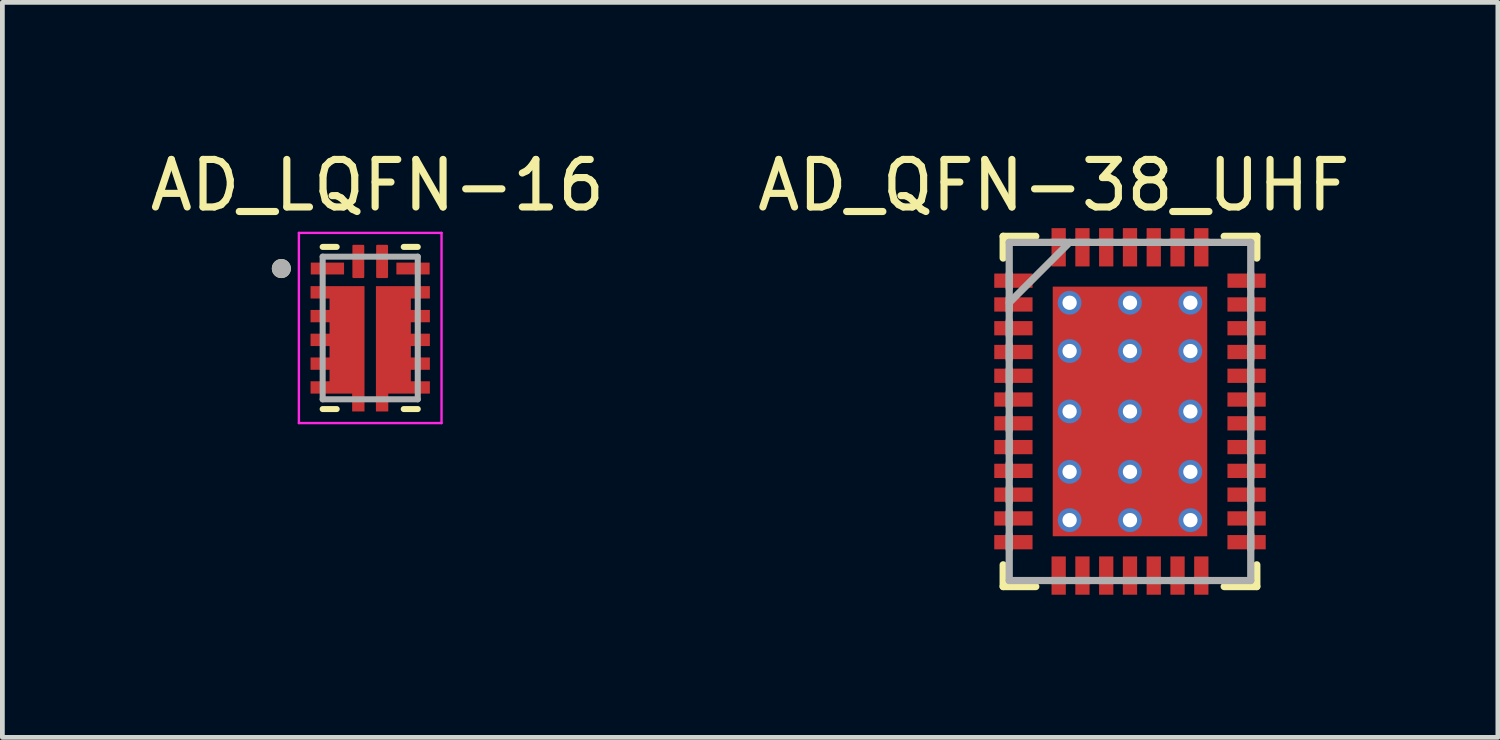
<source format=kicad_pcb>
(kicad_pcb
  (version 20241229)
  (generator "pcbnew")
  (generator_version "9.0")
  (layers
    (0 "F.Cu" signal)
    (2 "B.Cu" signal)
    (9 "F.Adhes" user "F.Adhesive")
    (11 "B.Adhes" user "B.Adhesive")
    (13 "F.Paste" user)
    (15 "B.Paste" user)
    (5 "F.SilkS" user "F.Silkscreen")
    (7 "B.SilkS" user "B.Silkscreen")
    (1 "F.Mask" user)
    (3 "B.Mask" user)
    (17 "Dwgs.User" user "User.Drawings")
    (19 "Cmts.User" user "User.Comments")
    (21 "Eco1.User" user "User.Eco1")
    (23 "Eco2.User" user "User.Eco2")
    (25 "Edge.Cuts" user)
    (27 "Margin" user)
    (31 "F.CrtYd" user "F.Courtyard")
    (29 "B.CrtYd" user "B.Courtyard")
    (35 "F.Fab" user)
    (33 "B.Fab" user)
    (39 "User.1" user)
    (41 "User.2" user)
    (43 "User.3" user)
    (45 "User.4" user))
  (footprint "AD_LQFN-16"
    (layer "F.Cu")
    (at 4.736 3.848)
    (property "Reference" "AD_LQFN-16" (at 0.151 -3 0) (layer "F.SilkS") (effects (font (size 1 1) (thickness 0.15))))
    (attr through_hole)
    (fp_poly (pts (xy -0.475 1.85) (xy -0.475 1.475) (xy -1.35 1.475) (xy -1.35 1.025) (xy -0.855 1.025) (xy -0.855 0.975) (xy -1.35 0.975) (xy -1.35 0.525) (xy -0.855 0.525) (xy -0.855 0.475) (xy -1.35 0.475) (xy -1.35 0.025) (xy -0.855 0.025) (xy -0.855 -0.025) (xy -1.35 -0.025) (xy -1.35 -0.475) (xy -0.855 -0.475) (xy -0.855 -0.525) (xy -1.35 -0.525) (xy -1.35 -0.975) (xy -0.025 -0.975) (xy -0.025 1.85)) (stroke (width 0.01) (type solid)) (fill yes) (layer "F.Mask"))
    (fp_poly (pts (xy 0.475 1.85) (xy 0.025 1.85) (xy 0.025 -0.975) (xy 1.35 -0.975) (xy 1.35 -0.525) (xy 0.855 -0.525) (xy 0.855 -0.475) (xy 1.35 -0.475) (xy 1.35 -0.025) (xy 0.855 -0.025) (xy 0.855 0.025) (xy 1.35 0.025) (xy 1.35 0.475) (xy 0.855 0.475) (xy 0.855 0.525) (xy 1.35 0.525) (xy 1.35 0.975) (xy 0.855 0.975) (xy 0.855 1.025) (xy 1.35 1.025) (xy 1.35 1.475) (xy 0.475 1.475)) (stroke (width 0.01) (type solid)) (fill yes) (layer "F.Mask"))
    (fp_line (start -1 -1.705) (end -0.705 -1.705) (stroke (width 0.127) (type solid)) (layer "F.SilkS"))
    (fp_line (start -1 1.705) (end -0.705 1.705) (stroke (width 0.127) (type solid)) (layer "F.SilkS"))
    (fp_line (start 1 -1.705) (end 0.705 -1.705) (stroke (width 0.127) (type solid)) (layer "F.SilkS"))
    (fp_line (start 1 1.705) (end 0.705 1.705) (stroke (width 0.127) (type solid)) (layer "F.SilkS"))
    (fp_circle (center -1.869 -1.25) (end -1.769 -1.25) (stroke (width 0.2) (type solid)) (fill no) (layer "F.SilkS"))
    (fp_poly (pts (xy -1.25 -0.875) (xy -0.85 -0.875) (xy -0.85 -0.625) (xy -1.25 -0.625)) (stroke (width 0.01) (type solid)) (fill yes) (layer "F.Paste"))
    (fp_poly (pts (xy -1.25 -0.375) (xy -0.85 -0.375) (xy -0.85 -0.125) (xy -1.25 -0.125)) (stroke (width 0.01) (type solid)) (fill yes) (layer "F.Paste"))
    (fp_poly (pts (xy -1.25 0.125) (xy -0.85 0.125) (xy -0.85 0.375) (xy -1.25 0.375)) (stroke (width 0.01) (type solid)) (fill yes) (layer "F.Paste"))
    (fp_poly (pts (xy -1.25 0.625) (xy -0.85 0.625) (xy -0.85 0.875) (xy -1.25 0.875)) (stroke (width 0.01) (type solid)) (fill yes) (layer "F.Paste"))
    (fp_poly (pts (xy -1.25 1.125) (xy -0.85 1.125) (xy -0.85 1.375) (xy -1.25 1.375)) (stroke (width 0.01) (type solid)) (fill yes) (layer "F.Paste"))
    (fp_poly (pts (xy -0.705 -0.425) (xy -0.27 -0.425) (xy -0.27 0.925) (xy -0.705 0.925)) (stroke (width 0.01) (type solid)) (fill yes) (layer "F.Paste"))
    (fp_poly (pts (xy -0.375 1.375) (xy -0.125 1.375) (xy -0.125 1.75) (xy -0.375 1.75)) (stroke (width 0.01) (type solid)) (fill yes) (layer "F.Paste"))
    (fp_poly (pts (xy 0.125 1.375) (xy 0.375 1.375) (xy 0.375 1.75) (xy 0.125 1.75)) (stroke (width 0.01) (type solid)) (fill yes) (layer "F.Paste"))
    (fp_poly (pts (xy 0.27 -0.425) (xy 0.705 -0.425) (xy 0.705 0.925) (xy 0.27 0.925)) (stroke (width 0.01) (type solid)) (fill yes) (layer "F.Paste"))
    (fp_poly (pts (xy 0.85 -0.875) (xy 1.25 -0.875) (xy 1.25 -0.625) (xy 0.85 -0.625)) (stroke (width 0.01) (type solid)) (fill yes) (layer "F.Paste"))
    (fp_poly (pts (xy 0.85 -0.375) (xy 1.25 -0.375) (xy 1.25 -0.125) (xy 0.85 -0.125)) (stroke (width 0.01) (type solid)) (fill yes) (layer "F.Paste"))
    (fp_poly (pts (xy 0.85 0.125) (xy 1.25 0.125) (xy 1.25 0.375) (xy 0.85 0.375)) (stroke (width 0.01) (type solid)) (fill yes) (layer "F.Paste"))
    (fp_poly (pts (xy 0.85 0.625) (xy 1.25 0.625) (xy 1.25 0.875) (xy 0.85 0.875)) (stroke (width 0.01) (type solid)) (fill yes) (layer "F.Paste"))
    (fp_poly (pts (xy 0.85 1.125) (xy 1.25 1.125) (xy 1.25 1.375) (xy 0.85 1.375)) (stroke (width 0.01) (type solid)) (fill yes) (layer "F.Paste"))
    (fp_line (start -1.5 -2) (end -1.5 2) (stroke (width 0.05) (type solid)) (layer "F.CrtYd"))
    (fp_line (start -1.5 2) (end 1.5 2) (stroke (width 0.05) (type solid)) (layer "F.CrtYd"))
    (fp_line (start 1.5 -2) (end -1.5 -2) (stroke (width 0.05) (type solid)) (layer "F.CrtYd"))
    (fp_line (start 1.5 2) (end 1.5 -2) (stroke (width 0.05) (type solid)) (layer "F.CrtYd"))
    (fp_line (start -1 1.5) (end -1 -1.5) (stroke (width 0.127) (type solid)) (layer "F.Fab"))
    (fp_line (start 1 -1.5) (end -1 -1.5) (stroke (width 0.127) (type solid)) (layer "F.Fab"))
    (fp_line (start 1 1.5) (end -1 1.5) (stroke (width 0.127) (type solid)) (layer "F.Fab"))
    (fp_line (start 1 1.5) (end 1 -1.5) (stroke (width 0.127) (type solid)) (layer "F.Fab"))
    (fp_circle (center -1.869 -1.25) (end -1.769 -1.25) (stroke (width 0.2) (type solid)) (fill no) (layer "F.Fab"))
    (pad "1" smd roundrect (at -0.9 -1.25) (size 0.7 0.25) (layers "F.Cu" "F.Mask" "F.Paste") (roundrect_rratio 0.03))
    (pad "2" smd custom (at -0.492 0.254) (size 0.65 0.65) (layers "F.Cu") (options (anchor rect)) (primitives (gr_poly (pts (xy 0.367 1.496) (xy 0.117 1.496) (xy 0.117 1.121) (xy -0.758 1.121) (xy -0.758 0.871) (xy -0.358 0.871) (xy -0.358 0.621) (xy -0.758 0.621) (xy -0.758 0.371) (xy -0.358 0.371) (xy -0.358 0.121) (xy -0.758 0.121) (xy -0.758 -0.129) (xy -0.358 -0.129) (xy -0.358 -0.379) (xy -0.758 -0.379) (xy -0.758 -0.629) (xy -0.358 -0.629) (xy -0.358 -0.879) (xy -0.758 -0.879) (xy -0.758 -1.129) (xy 0.367 -1.129)) (width 0.01) (fill yes))))
    (pad "8" smd custom (at 0.492 0.254) (size 0.65 0.65) (layers "F.Cu") (options (anchor rect)) (primitives (gr_poly (pts (xy -0.117 1.496) (xy -0.367 1.496) (xy -0.367 -1.129) (xy 0.758 -1.129) (xy 0.758 -0.879) (xy 0.358 -0.879) (xy 0.358 -0.629) (xy 0.758 -0.629) (xy 0.758 -0.379) (xy 0.358 -0.379) (xy 0.358 -0.129) (xy 0.758 -0.129) (xy 0.758 0.121) (xy 0.358 0.121) (xy 0.358 0.371) (xy 0.758 0.371) (xy 0.758 0.621) (xy 0.358 0.621) (xy 0.358 0.871) (xy 0.758 0.871) (xy 0.758 1.121) (xy -0.117 1.121)) (width 0.01) (fill yes))))
    (pad "14" smd roundrect (at 0.9 -1.25) (size 0.7 0.25) (layers "F.Cu" "F.Mask" "F.Paste") (roundrect_rratio 0.03))
    (pad "15" smd roundrect (at 0.25 -1.4) (size 0.25 0.7) (layers "F.Cu" "F.Mask" "F.Paste") (roundrect_rratio 0.09))
    (pad "16" smd roundrect (at -0.25 -1.4) (size 0.25 0.7) (layers "F.Cu" "F.Mask" "F.Paste") (roundrect_rratio 0.09)))
  (footprint "AD_QFN-38_UHF"
    (layer "F.Cu")
    (at 20.715 5.603)
    (property "Reference" "AD_QFN-38_UHF" (at -1.602 -4.755 0) (layer "F.SilkS") (effects (font (size 1 1) (thickness 0.15))))
    (attr through_hole)
    (fp_line (start -2.667 -3.683) (end -2.667 -3.226) (stroke (width 0.152) (type solid)) (layer "F.SilkS"))
    (fp_line (start -2.667 3.226) (end -2.667 3.683) (stroke (width 0.152) (type solid)) (layer "F.SilkS"))
    (fp_line (start -2.667 3.683) (end -1.981 3.683) (stroke (width 0.152) (type solid)) (layer "F.SilkS"))
    (fp_line (start -1.981 -3.683) (end -2.667 -3.683) (stroke (width 0.152) (type solid)) (layer "F.SilkS"))
    (fp_line (start 1.981 3.683) (end 2.667 3.683) (stroke (width 0.152) (type solid)) (layer "F.SilkS"))
    (fp_line (start 2.667 -3.683) (end 1.981 -3.683) (stroke (width 0.152) (type solid)) (layer "F.SilkS"))
    (fp_line (start 2.667 -3.226) (end 2.667 -3.683) (stroke (width 0.152) (type solid)) (layer "F.SilkS"))
    (fp_line (start 2.667 3.683) (end 2.667 3.226) (stroke (width 0.152) (type solid)) (layer "F.SilkS"))
    (fp_poly (pts (xy -1.525 -2.525) (xy -1.525 -1.413) (xy -0.1 -1.413) (xy -0.1 -2.525)) (stroke (width 0.025) (type solid)) (fill yes) (layer "F.Paste"))
    (fp_poly (pts (xy -1.525 -1.212) (xy -1.525 -0.1) (xy -0.1 -0.1) (xy -0.1 -1.212)) (stroke (width 0.025) (type solid)) (fill yes) (layer "F.Paste"))
    (fp_poly (pts (xy -1.525 0.1) (xy -1.525 1.212) (xy -0.1 1.212) (xy -0.1 0.1)) (stroke (width 0.025) (type solid)) (fill yes) (layer "F.Paste"))
    (fp_poly (pts (xy -1.525 1.413) (xy -1.525 2.525) (xy -0.1 2.525) (xy -0.1 1.413)) (stroke (width 0.025) (type solid)) (fill yes) (layer "F.Paste"))
    (fp_poly (pts (xy 0.1 -2.525) (xy 0.1 -1.413) (xy 1.525 -1.413) (xy 1.525 -2.525)) (stroke (width 0.025) (type solid)) (fill yes) (layer "F.Paste"))
    (fp_poly (pts (xy 0.1 -1.212) (xy 0.1 -0.1) (xy 1.525 -0.1) (xy 1.525 -1.212)) (stroke (width 0.025) (type solid)) (fill yes) (layer "F.Paste"))
    (fp_poly (pts (xy 0.1 0.1) (xy 0.1 1.212) (xy 1.525 1.212) (xy 1.525 0.1)) (stroke (width 0.025) (type solid)) (fill yes) (layer "F.Paste"))
    (fp_poly (pts (xy 0.1 1.413) (xy 0.1 2.525) (xy 1.525 2.525) (xy 1.525 1.413)) (stroke (width 0.025) (type solid)) (fill yes) (layer "F.Paste"))
    (fp_line (start -2.54 -3.556) (end -2.54 3.556) (stroke (width 0.152) (type solid)) (layer "F.Fab"))
    (fp_line (start -2.54 -2.896) (end -2.54 -2.591) (stroke (width 0.152) (type solid)) (layer "F.Fab"))
    (fp_line (start -2.54 -2.388) (end -2.54 -2.108) (stroke (width 0.152) (type solid)) (layer "F.Fab"))
    (fp_line (start -2.54 -2.286) (end -1.27 -3.556) (stroke (width 0.152) (type solid)) (layer "F.Fab"))
    (fp_line (start -2.54 -1.905) (end -2.54 -1.6) (stroke (width 0.152) (type solid)) (layer "F.Fab"))
    (fp_line (start -2.54 -1.397) (end -2.54 -1.092) (stroke (width 0.152) (type solid)) (layer "F.Fab"))
    (fp_line (start -2.54 -0.889) (end -2.54 -0.61) (stroke (width 0.152) (type solid)) (layer "F.Fab"))
    (fp_line (start -2.54 -0.406) (end -2.54 -0.102) (stroke (width 0.152) (type solid)) (layer "F.Fab"))
    (fp_line (start -2.54 0.102) (end -2.54 0.406) (stroke (width 0.152) (type solid)) (layer "F.Fab"))
    (fp_line (start -2.54 0.61) (end -2.54 0.889) (stroke (width 0.152) (type solid)) (layer "F.Fab"))
    (fp_line (start -2.54 1.092) (end -2.54 1.397) (stroke (width 0.152) (type solid)) (layer "F.Fab"))
    (fp_line (start -2.54 1.6) (end -2.54 1.905) (stroke (width 0.152) (type solid)) (layer "F.Fab"))
    (fp_line (start -2.54 2.108) (end -2.54 2.388) (stroke (width 0.152) (type solid)) (layer "F.Fab"))
    (fp_line (start -2.54 2.591) (end -2.54 2.896) (stroke (width 0.152) (type solid)) (layer "F.Fab"))
    (fp_line (start -2.54 3.556) (end 2.54 3.556) (stroke (width 0.152) (type solid)) (layer "F.Fab"))
    (fp_line (start -1.651 3.556) (end -1.346 3.556) (stroke (width 0.152) (type solid)) (layer "F.Fab"))
    (fp_line (start -1.346 -3.556) (end -1.651 -3.556) (stroke (width 0.152) (type solid)) (layer "F.Fab"))
    (fp_line (start -1.143 3.556) (end -0.838 3.556) (stroke (width 0.152) (type solid)) (layer "F.Fab"))
    (fp_line (start -0.838 -3.556) (end -1.143 -3.556) (stroke (width 0.152) (type solid)) (layer "F.Fab"))
    (fp_line (start -0.66 3.556) (end -0.356 3.556) (stroke (width 0.152) (type solid)) (layer "F.Fab"))
    (fp_line (start -0.356 -3.556) (end -0.66 -3.556) (stroke (width 0.152) (type solid)) (layer "F.Fab"))
    (fp_line (start -0.152 3.556) (end 0.152 3.556) (stroke (width 0.152) (type solid)) (layer "F.Fab"))
    (fp_line (start 0.152 -3.556) (end -0.152 -3.556) (stroke (width 0.152) (type solid)) (layer "F.Fab"))
    (fp_line (start 0.356 3.556) (end 0.66 3.556) (stroke (width 0.152) (type solid)) (layer "F.Fab"))
    (fp_line (start 0.66 -3.556) (end 0.356 -3.556) (stroke (width 0.152) (type solid)) (layer "F.Fab"))
    (fp_line (start 0.838 3.556) (end 1.143 3.556) (stroke (width 0.152) (type solid)) (layer "F.Fab"))
    (fp_line (start 1.143 -3.556) (end 0.838 -3.556) (stroke (width 0.152) (type solid)) (layer "F.Fab"))
    (fp_line (start 1.346 3.556) (end 1.651 3.556) (stroke (width 0.152) (type solid)) (layer "F.Fab"))
    (fp_line (start 1.651 -3.556) (end 1.346 -3.556) (stroke (width 0.152) (type solid)) (layer "F.Fab"))
    (fp_line (start 2.54 -3.556) (end -2.54 -3.556) (stroke (width 0.152) (type solid)) (layer "F.Fab"))
    (fp_line (start 2.54 -2.591) (end 2.54 -2.896) (stroke (width 0.152) (type solid)) (layer "F.Fab"))
    (fp_line (start 2.54 -2.108) (end 2.54 -2.388) (stroke (width 0.152) (type solid)) (layer "F.Fab"))
    (fp_line (start 2.54 -1.6) (end 2.54 -1.905) (stroke (width 0.152) (type solid)) (layer "F.Fab"))
    (fp_line (start 2.54 -1.092) (end 2.54 -1.397) (stroke (width 0.152) (type solid)) (layer "F.Fab"))
    (fp_line (start 2.54 -0.61) (end 2.54 -0.889) (stroke (width 0.152) (type solid)) (layer "F.Fab"))
    (fp_line (start 2.54 -0.102) (end 2.54 -0.406) (stroke (width 0.152) (type solid)) (layer "F.Fab"))
    (fp_line (start 2.54 0.406) (end 2.54 0.102) (stroke (width 0.152) (type solid)) (layer "F.Fab"))
    (fp_line (start 2.54 0.889) (end 2.54 0.61) (stroke (width 0.152) (type solid)) (layer "F.Fab"))
    (fp_line (start 2.54 1.397) (end 2.54 1.092) (stroke (width 0.152) (type solid)) (layer "F.Fab"))
    (fp_line (start 2.54 1.905) (end 2.54 1.6) (stroke (width 0.152) (type solid)) (layer "F.Fab"))
    (fp_line (start 2.54 2.388) (end 2.54 2.108) (stroke (width 0.152) (type solid)) (layer "F.Fab"))
    (fp_line (start 2.54 2.896) (end 2.54 2.591) (stroke (width 0.152) (type solid)) (layer "F.Fab"))
    (fp_line (start 2.54 3.556) (end 2.54 -3.556) (stroke (width 0.152) (type solid)) (layer "F.Fab"))
    (pad "1" smd rect (at -2.452 -2.75 270) (size 0.3 0.805) (layers "F.Cu" "F.Mask" "F.Paste"))
    (pad "2" smd rect (at -2.452 -2.25 270) (size 0.3 0.805) (layers "F.Cu" "F.Mask" "F.Paste"))
    (pad "3" smd rect (at -2.452 -1.75 270) (size 0.3 0.805) (layers "F.Cu" "F.Mask" "F.Paste"))
    (pad "4" smd rect (at -2.452 -1.25 270) (size 0.3 0.805) (layers "F.Cu" "F.Mask" "F.Paste"))
    (pad "5" smd rect (at -2.452 -0.75 270) (size 0.3 0.805) (layers "F.Cu" "F.Mask" "F.Paste"))
    (pad "6" smd rect (at -2.452 -0.25 270) (size 0.3 0.805) (layers "F.Cu" "F.Mask" "F.Paste"))
    (pad "7" smd rect (at -2.452 0.25 270) (size 0.3 0.805) (layers "F.Cu" "F.Mask" "F.Paste"))
    (pad "8" smd rect (at -2.452 0.75 270) (size 0.3 0.805) (layers "F.Cu" "F.Mask" "F.Paste"))
    (pad "9" smd rect (at -2.452 1.25 270) (size 0.3 0.805) (layers "F.Cu" "F.Mask" "F.Paste"))
    (pad "10" smd rect (at -2.452 1.75 270) (size 0.3 0.805) (layers "F.Cu" "F.Mask" "F.Paste"))
    (pad "11" smd rect (at -2.452 2.25 270) (size 0.3 0.805) (layers "F.Cu" "F.Mask" "F.Paste"))
    (pad "12" smd rect (at -2.452 2.75 270) (size 0.3 0.805) (layers "F.Cu" "F.Mask" "F.Paste"))
    (pad "13" smd rect (at -1.5 3.452 180) (size 0.3 0.805) (layers "F.Cu" "F.Mask" "F.Paste"))
    (pad "14" smd rect (at -1 3.452 180) (size 0.3 0.805) (layers "F.Cu" "F.Mask" "F.Paste"))
    (pad "15" smd rect (at -0.5 3.452 180) (size 0.3 0.805) (layers "F.Cu" "F.Mask" "F.Paste"))
    (pad "16" smd rect (at 0 3.452 180) (size 0.3 0.805) (layers "F.Cu" "F.Mask" "F.Paste"))
    (pad "17" smd rect (at 0.5 3.452 180) (size 0.3 0.805) (layers "F.Cu" "F.Mask" "F.Paste"))
    (pad "18" smd rect (at 1 3.452 180) (size 0.3 0.805) (layers "F.Cu" "F.Mask" "F.Paste"))
    (pad "19" smd rect (at 1.5 3.452 180) (size 0.3 0.805) (layers "F.Cu" "F.Mask" "F.Paste"))
    (pad "20" smd rect (at 2.452 2.75 270) (size 0.3 0.805) (layers "F.Cu" "F.Mask" "F.Paste"))
    (pad "21" smd rect (at 2.452 2.25 270) (size 0.3 0.805) (layers "F.Cu" "F.Mask" "F.Paste"))
    (pad "22" smd rect (at 2.452 1.75 270) (size 0.3 0.805) (layers "F.Cu" "F.Mask" "F.Paste"))
    (pad "23" smd rect (at 2.452 1.25 270) (size 0.3 0.805) (layers "F.Cu" "F.Mask" "F.Paste"))
    (pad "24" smd rect (at 2.452 0.75 270) (size 0.3 0.805) (layers "F.Cu" "F.Mask" "F.Paste"))
    (pad "25" smd rect (at 2.452 0.25 270) (size 0.3 0.805) (layers "F.Cu" "F.Mask" "F.Paste"))
    (pad "26" smd rect (at 2.452 -0.25 270) (size 0.3 0.805) (layers "F.Cu" "F.Mask" "F.Paste"))
    (pad "27" smd rect (at 2.452 -0.75 270) (size 0.3 0.805) (layers "F.Cu" "F.Mask" "F.Paste"))
    (pad "28" smd rect (at 2.452 -1.25 270) (size 0.3 0.805) (layers "F.Cu" "F.Mask" "F.Paste"))
    (pad "29" smd rect (at 2.452 -1.75 270) (size 0.3 0.805) (layers "F.Cu" "F.Mask" "F.Paste"))
    (pad "30" smd rect (at 2.452 -2.25 270) (size 0.3 0.805) (layers "F.Cu" "F.Mask" "F.Paste"))
    (pad "31" smd rect (at 2.452 -2.75 270) (size 0.3 0.805) (layers "F.Cu" "F.Mask" "F.Paste"))
    (pad "32" smd rect (at 1.5 -3.452 180) (size 0.3 0.805) (layers "F.Cu" "F.Mask" "F.Paste"))
    (pad "33" smd rect (at 1 -3.452 180) (size 0.3 0.805) (layers "F.Cu" "F.Mask" "F.Paste"))
    (pad "34" smd rect (at 0.5 -3.452 180) (size 0.3 0.805) (layers "F.Cu" "F.Mask" "F.Paste"))
    (pad "35" smd rect (at 0 -3.452 180) (size 0.3 0.805) (layers "F.Cu" "F.Mask" "F.Paste"))
    (pad "36" smd rect (at -0.5 -3.452 180) (size 0.3 0.805) (layers "F.Cu" "F.Mask" "F.Paste"))
    (pad "37" smd rect (at -1 -3.452 180) (size 0.3 0.805) (layers "F.Cu" "F.Mask" "F.Paste"))
    (pad "38" smd rect (at -1.5 -3.452 180) (size 0.3 0.805) (layers "F.Cu" "F.Mask" "F.Paste"))
    (pad "39" thru_hole circle (at -1.27 -2.286) (size 0.5 0.5) (drill 0.3) (layers "*.Cu" "*.Mask"))
    (pad "39" thru_hole circle (at -1.27 -1.27) (size 0.5 0.5) (drill 0.3) (layers "*.Cu" "*.Mask"))
    (pad "39" thru_hole circle (at -1.27 0) (size 0.5 0.5) (drill 0.3) (layers "*.Cu" "*.Mask"))
    (pad "39" thru_hole circle (at -1.27 1.27) (size 0.5 0.5) (drill 0.3) (layers "*.Cu" "*.Mask"))
    (pad "39" thru_hole circle (at -1.27 2.286) (size 0.5 0.5) (drill 0.3) (layers "*.Cu" "*.Mask"))
    (pad "39" thru_hole circle (at 0 -2.286) (size 0.5 0.5) (drill 0.3) (layers "*.Cu" "*.Mask"))
    (pad "39" thru_hole circle (at 0 -1.27) (size 0.5 0.5) (drill 0.3) (layers "*.Cu" "*.Mask"))
    (pad "39" thru_hole circle (at 0 0) (size 0.5 0.5) (drill 0.3) (layers "*.Cu" "*.Mask"))
    (pad "39" smd rect (at 0 0) (size 3.25 5.25) (layers "F.Cu" "F.Mask"))
    (pad "39" thru_hole circle (at 0 1.27) (size 0.5 0.5) (drill 0.3) (layers "*.Cu" "*.Mask"))
    (pad "39" thru_hole circle (at 0 2.286) (size 0.5 0.5) (drill 0.3) (layers "*.Cu" "*.Mask"))
    (pad "39" thru_hole circle (at 1.27 -2.286) (size 0.5 0.5) (drill 0.3) (layers "*.Cu" "*.Mask"))
    (pad "39" thru_hole circle (at 1.27 -1.27) (size 0.5 0.5) (drill 0.3) (layers "*.Cu" "*.Mask"))
    (pad "39" thru_hole circle (at 1.27 0) (size 0.5 0.5) (drill 0.3) (layers "*.Cu" "*.Mask"))
    (pad "39" thru_hole circle (at 1.27 1.27) (size 0.5 0.5) (drill 0.3) (layers "*.Cu" "*.Mask"))
    (pad "39" thru_hole circle (at 1.27 2.286) (size 0.5 0.5) (drill 0.3) (layers "*.Cu" "*.Mask")))
  (gr_rect
    (start -3 -3)
    (end 28.452 12.458)
    (stroke (width 0.1) (type default))
    (fill no)
    (layer "Edge.Cuts")))
</source>
